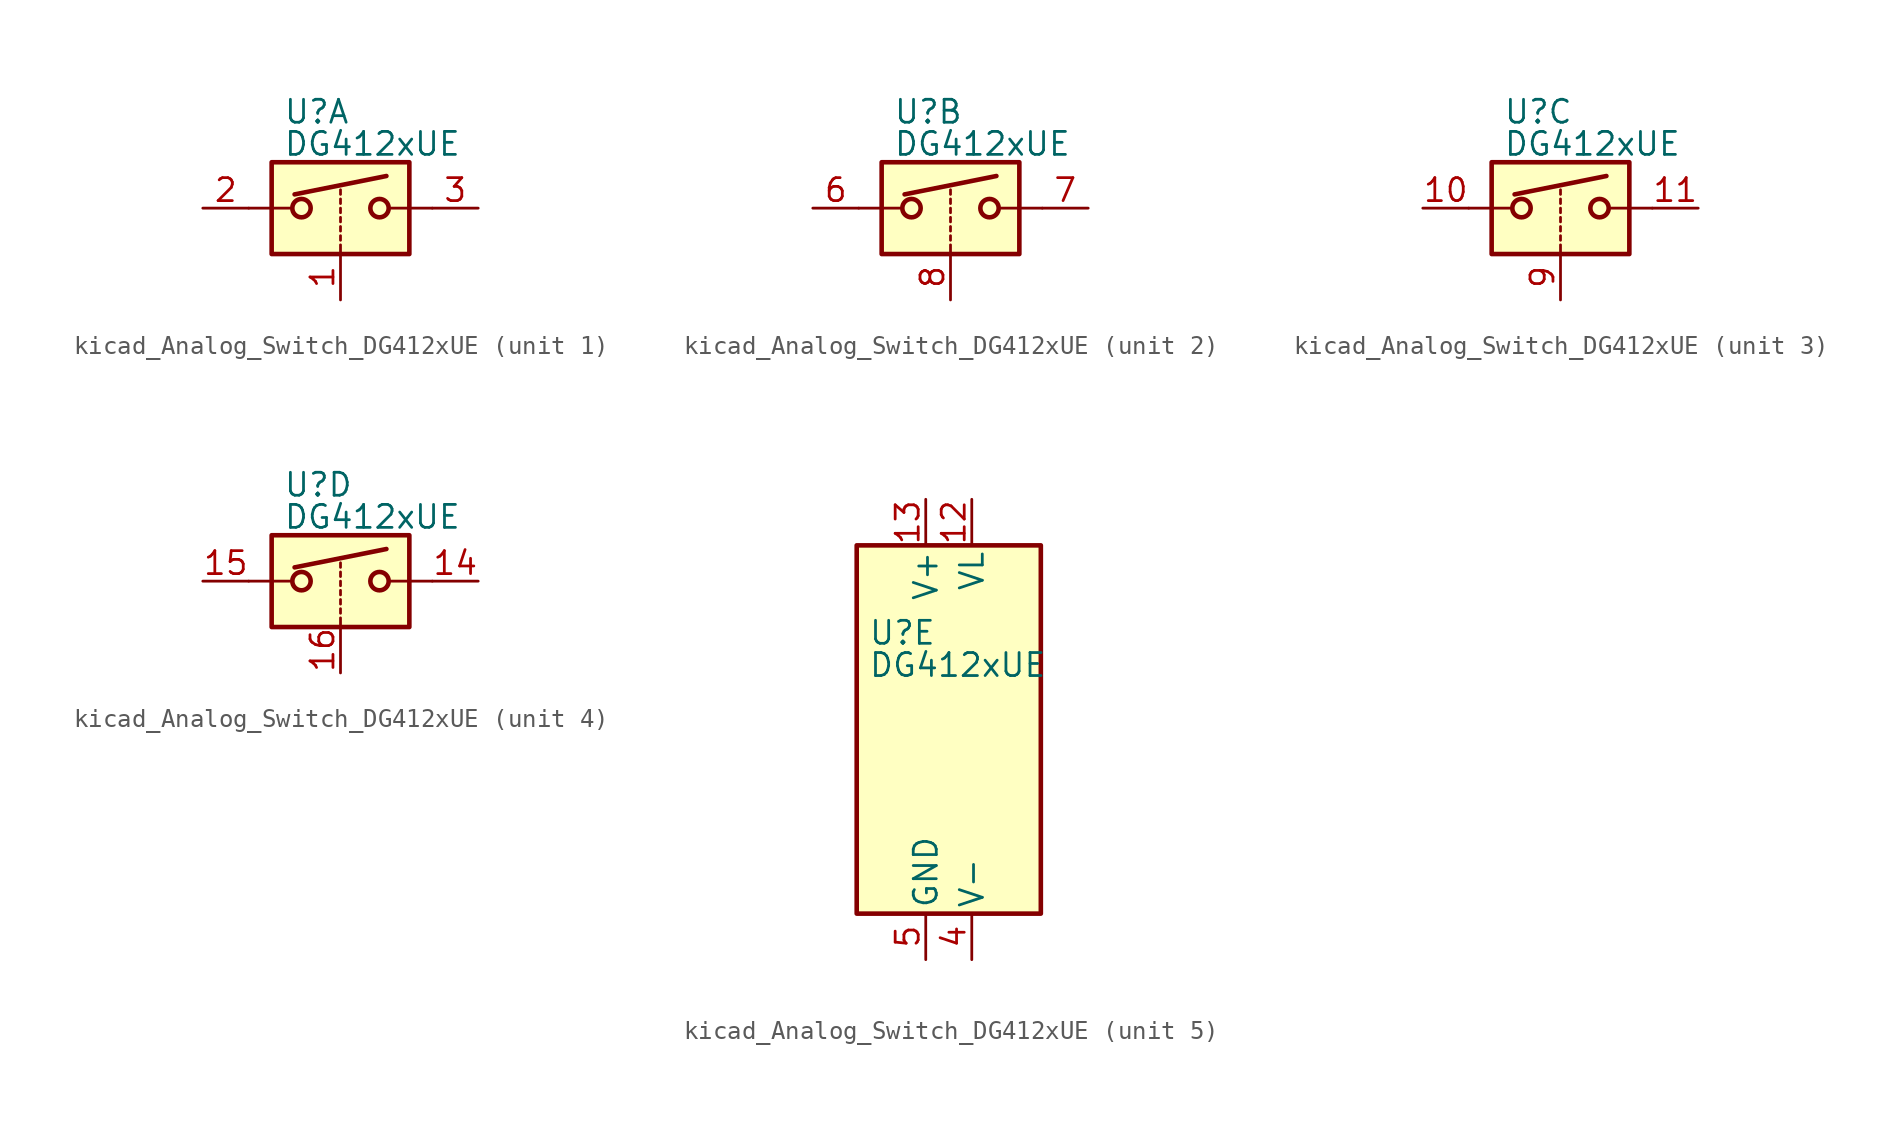
<source format=kicad_sym>
(kicad_symbol_lib
  (version 20220914)
  (generator kicad_symbol_editor)
  (symbol "kicad_Analog_Switch_DG412xUE"
    (pin_names
      (offset 0.254))
    (property "Reference" "U"
      (at -3.175 5.334 0)
      (effects (font (size 1.27 1.27)) (justify left)))
    (property "Value" "DG412xUE"
      (at -3.175 3.556 0)
      (effects (font (size 1.27 1.27)) (justify left)))
    (symbol "kicad_Analog_Switch_DG412xUE_1_1"
      (rectangle (start -3.81 2.54) (end 3.81 -2.54) (stroke (width 0.254) (type default)) (fill (type background)))
      (circle (center -2.159 0) (radius 0.508) (stroke (width 0.254) (type default)) (fill (type none)))
      (polyline (pts (xy -5.08 0) (xy -2.794 0)) (stroke (width 0) (type default)) (fill (type none)))
      (polyline (pts (xy -2.54 0.762) (xy 2.54 1.778)) (stroke (width 0.254) (type default)) (fill (type none)))
      (polyline (pts (xy 0 -2.54) (xy 0 -2.032)) (stroke (width 0) (type default)) (fill (type none)))
      (polyline (pts (xy 0 -1.778) (xy 0 -1.524)) (stroke (width 0) (type default)) (fill (type none)))
      (polyline (pts (xy 0 -1.27) (xy 0 -1.016)) (stroke (width 0) (type default)) (fill (type none)))
      (polyline (pts (xy 0 -0.762) (xy 0 -0.508)) (stroke (width 0) (type default)) (fill (type none)))
      (polyline (pts (xy 0 -0.254) (xy 0 0)) (stroke (width 0) (type default)) (fill (type none)))
      (polyline (pts (xy 0 0.254) (xy 0 0.508)) (stroke (width 0) (type default)) (fill (type none)))
      (polyline (pts (xy 0 0.762) (xy 0 1.016)) (stroke (width 0) (type default)) (fill (type none)))
      (polyline (pts (xy 5.08 0) (xy 2.794 0)) (stroke (width 0) (type default)) (fill (type none)))
      (circle (center 2.159 0) (radius 0.508) (stroke (width 0.254) (type default)) (fill (type none)))
      (pin input line (at 0 -5.08 90) (length 2.54) (name "~" (effects (font (size 1.27 1.27)))) (number "1" (effects (font (size 1.27 1.27)))))
      (pin passive line (at -7.62 0 0) (length 2.54) (name "~" (effects (font (size 1.27 1.27)))) (number "2" (effects (font (size 1.27 1.27)))))
      (pin passive line (at 7.62 0 180) (length 2.54) (name "~" (effects (font (size 1.27 1.27)))) (number "3" (effects (font (size 1.27 1.27))))))
    (symbol "kicad_Analog_Switch_DG412xUE_2_1"
      (rectangle (start -3.81 2.54) (end 3.81 -2.54) (stroke (width 0.254) (type default)) (fill (type background)))
      (circle (center -2.159 0) (radius 0.508) (stroke (width 0.254) (type default)) (fill (type none)))
      (polyline (pts (xy -5.08 0) (xy -2.794 0)) (stroke (width 0) (type default)) (fill (type none)))
      (polyline (pts (xy -2.54 0.762) (xy 2.54 1.778)) (stroke (width 0.254) (type default)) (fill (type none)))
      (polyline (pts (xy 0 -2.54) (xy 0 -2.032)) (stroke (width 0) (type default)) (fill (type none)))
      (polyline (pts (xy 0 -1.778) (xy 0 -1.524)) (stroke (width 0) (type default)) (fill (type none)))
      (polyline (pts (xy 0 -1.27) (xy 0 -1.016)) (stroke (width 0) (type default)) (fill (type none)))
      (polyline (pts (xy 0 -0.762) (xy 0 -0.508)) (stroke (width 0) (type default)) (fill (type none)))
      (polyline (pts (xy 0 -0.254) (xy 0 0)) (stroke (width 0) (type default)) (fill (type none)))
      (polyline (pts (xy 0 0.254) (xy 0 0.508)) (stroke (width 0) (type default)) (fill (type none)))
      (polyline (pts (xy 0 0.762) (xy 0 1.016)) (stroke (width 0) (type default)) (fill (type none)))
      (polyline (pts (xy 5.08 0) (xy 2.794 0)) (stroke (width 0) (type default)) (fill (type none)))
      (circle (center 2.159 0) (radius 0.508) (stroke (width 0.254) (type default)) (fill (type none)))
      (pin passive line (at -7.62 0 0) (length 2.54) (name "~" (effects (font (size 1.27 1.27)))) (number "6" (effects (font (size 1.27 1.27)))))
      (pin passive line (at 7.62 0 180) (length 2.54) (name "~" (effects (font (size 1.27 1.27)))) (number "7" (effects (font (size 1.27 1.27)))))
      (pin input line (at 0 -5.08 90) (length 2.54) (name "~" (effects (font (size 1.27 1.27)))) (number "8" (effects (font (size 1.27 1.27))))))
    (symbol "kicad_Analog_Switch_DG412xUE_3_1"
      (rectangle (start -3.81 2.54) (end 3.81 -2.54) (stroke (width 0.254) (type default)) (fill (type background)))
      (circle (center -2.159 0) (radius 0.508) (stroke (width 0.254) (type default)) (fill (type none)))
      (polyline (pts (xy -5.08 0) (xy -2.794 0)) (stroke (width 0) (type default)) (fill (type none)))
      (polyline (pts (xy -2.54 0.762) (xy 2.54 1.778)) (stroke (width 0.254) (type default)) (fill (type none)))
      (polyline (pts (xy 0 -2.54) (xy 0 -2.032)) (stroke (width 0) (type default)) (fill (type none)))
      (polyline (pts (xy 0 -1.778) (xy 0 -1.524)) (stroke (width 0) (type default)) (fill (type none)))
      (polyline (pts (xy 0 -1.27) (xy 0 -1.016)) (stroke (width 0) (type default)) (fill (type none)))
      (polyline (pts (xy 0 -0.762) (xy 0 -0.508)) (stroke (width 0) (type default)) (fill (type none)))
      (polyline (pts (xy 0 -0.254) (xy 0 0)) (stroke (width 0) (type default)) (fill (type none)))
      (polyline (pts (xy 0 0.254) (xy 0 0.508)) (stroke (width 0) (type default)) (fill (type none)))
      (polyline (pts (xy 0 0.762) (xy 0 1.016)) (stroke (width 0) (type default)) (fill (type none)))
      (polyline (pts (xy 5.08 0) (xy 2.794 0)) (stroke (width 0) (type default)) (fill (type none)))
      (circle (center 2.159 0) (radius 0.508) (stroke (width 0.254) (type default)) (fill (type none)))
      (pin passive line (at -7.62 0 0) (length 2.54) (name "~" (effects (font (size 1.27 1.27)))) (number "10" (effects (font (size 1.27 1.27)))))
      (pin passive line (at 7.62 0 180) (length 2.54) (name "~" (effects (font (size 1.27 1.27)))) (number "11" (effects (font (size 1.27 1.27)))))
      (pin input line (at 0 -5.08 90) (length 2.54) (name "~" (effects (font (size 1.27 1.27)))) (number "9" (effects (font (size 1.27 1.27))))))
    (symbol "kicad_Analog_Switch_DG412xUE_4_1"
      (rectangle (start -3.81 2.54) (end 3.81 -2.54) (stroke (width 0.254) (type default)) (fill (type background)))
      (circle (center -2.159 0) (radius 0.508) (stroke (width 0.254) (type default)) (fill (type none)))
      (polyline (pts (xy -5.08 0) (xy -2.794 0)) (stroke (width 0) (type default)) (fill (type none)))
      (polyline (pts (xy -2.54 0.762) (xy 2.54 1.778)) (stroke (width 0.254) (type default)) (fill (type none)))
      (polyline (pts (xy 0 -2.54) (xy 0 -2.032)) (stroke (width 0) (type default)) (fill (type none)))
      (polyline (pts (xy 0 -1.778) (xy 0 -1.524)) (stroke (width 0) (type default)) (fill (type none)))
      (polyline (pts (xy 0 -1.27) (xy 0 -1.016)) (stroke (width 0) (type default)) (fill (type none)))
      (polyline (pts (xy 0 -0.762) (xy 0 -0.508)) (stroke (width 0) (type default)) (fill (type none)))
      (polyline (pts (xy 0 -0.254) (xy 0 0)) (stroke (width 0) (type default)) (fill (type none)))
      (polyline (pts (xy 0 0.254) (xy 0 0.508)) (stroke (width 0) (type default)) (fill (type none)))
      (polyline (pts (xy 0 0.762) (xy 0 1.016)) (stroke (width 0) (type default)) (fill (type none)))
      (polyline (pts (xy 5.08 0) (xy 2.794 0)) (stroke (width 0) (type default)) (fill (type none)))
      (circle (center 2.159 0) (radius 0.508) (stroke (width 0.254) (type default)) (fill (type none)))
      (pin passive line (at 7.62 0 180) (length 2.54) (name "~" (effects (font (size 1.27 1.27)))) (number "14" (effects (font (size 1.27 1.27)))))
      (pin passive line (at -7.62 0 0) (length 2.54) (name "~" (effects (font (size 1.27 1.27)))) (number "15" (effects (font (size 1.27 1.27)))))
      (pin input line (at 0 -5.08 90) (length 2.54) (name "~" (effects (font (size 1.27 1.27)))) (number "16" (effects (font (size 1.27 1.27))))))
    (symbol "kicad_Analog_Switch_DG412xUE_5_0"
      (pin power_in line (at 2.54 12.7 270) (length 2.54) (name "VL" (effects (font (size 1.27 1.27)))) (number "12" (effects (font (size 1.27 1.27)))))
      (pin power_in line (at 0 12.7 270) (length 2.54) (name "V+" (effects (font (size 1.27 1.27)))) (number "13" (effects (font (size 1.27 1.27)))))
      (pin power_in line (at 2.54 -12.7 90) (length 2.54) (name "V-" (effects (font (size 1.27 1.27)))) (number "4" (effects (font (size 1.27 1.27)))))
      (pin power_in line (at 0 -12.7 90) (length 2.54) (name "GND" (effects (font (size 1.27 1.27)))) (number "5" (effects (font (size 1.27 1.27))))))
    (symbol "kicad_Analog_Switch_DG412xUE_5_1"
      (rectangle (start -3.81 10.16) (end 6.35 -10.16) (stroke (width 0.254) (type default)) (fill (type background))))))
</source>
